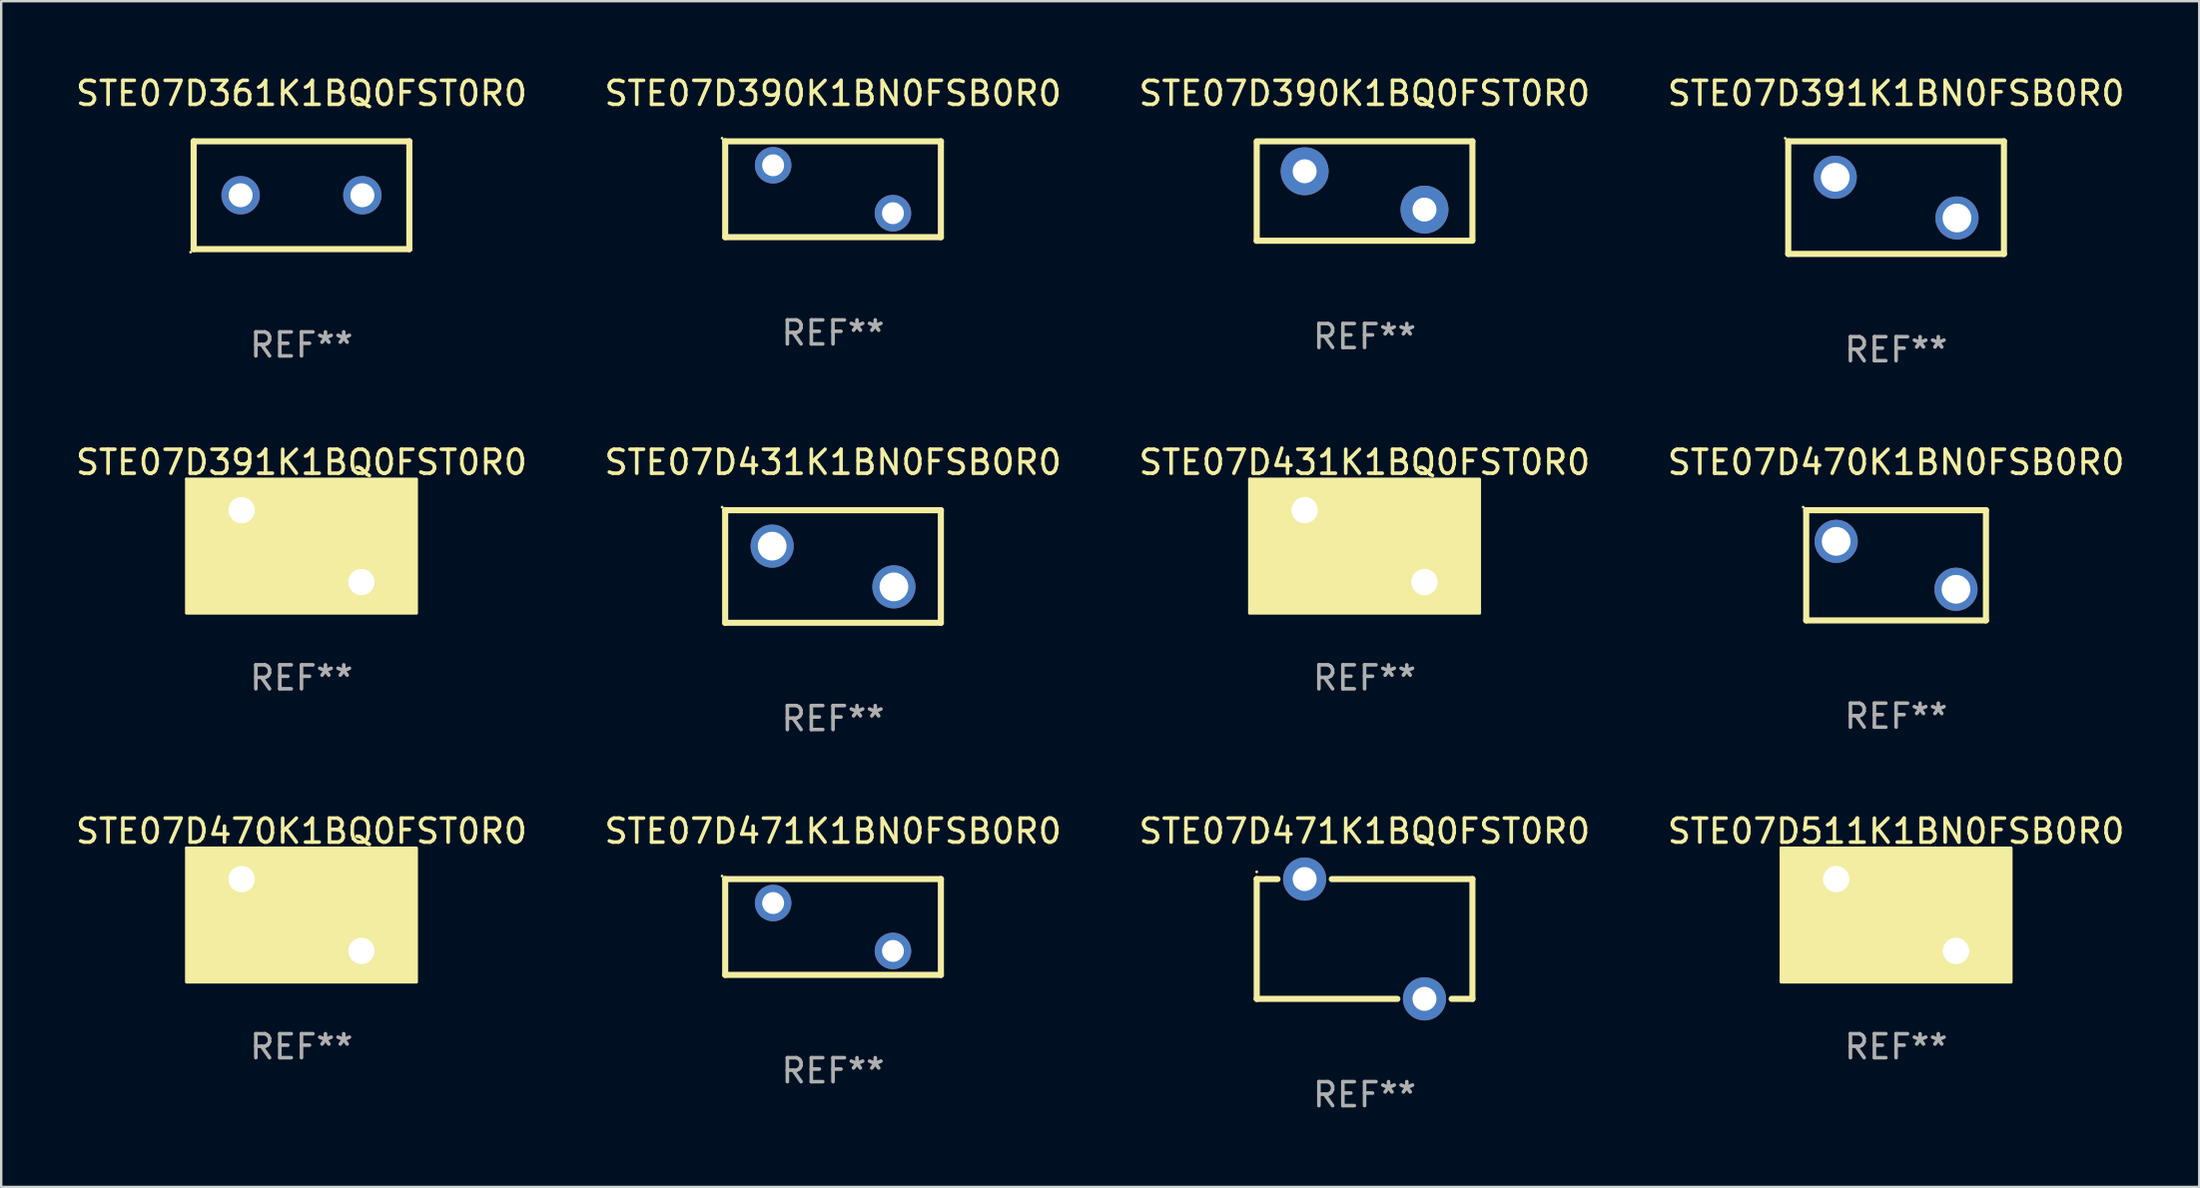
<source format=kicad_pcb>
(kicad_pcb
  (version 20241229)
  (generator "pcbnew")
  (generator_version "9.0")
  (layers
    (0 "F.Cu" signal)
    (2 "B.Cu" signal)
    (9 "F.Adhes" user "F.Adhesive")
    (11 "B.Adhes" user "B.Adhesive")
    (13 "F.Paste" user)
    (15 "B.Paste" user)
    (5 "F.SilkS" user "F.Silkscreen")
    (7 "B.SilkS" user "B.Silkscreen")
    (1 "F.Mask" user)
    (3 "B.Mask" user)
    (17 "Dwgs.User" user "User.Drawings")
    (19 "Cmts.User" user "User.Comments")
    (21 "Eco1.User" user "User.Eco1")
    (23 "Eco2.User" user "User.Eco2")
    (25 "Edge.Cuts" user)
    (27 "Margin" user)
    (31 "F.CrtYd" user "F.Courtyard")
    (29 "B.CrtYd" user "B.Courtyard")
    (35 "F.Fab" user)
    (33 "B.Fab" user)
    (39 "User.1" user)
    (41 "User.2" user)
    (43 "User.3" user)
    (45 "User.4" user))
  (footprint "STE07D471K1BN0FSB0R0"
    (layer "F.Cu")
    (at 31.708 35.641)
    (property "Reference" "STE07D471K1BN0FSB0R0" (at 0 -4 0) (layer "F.SilkS") (effects (font (size 1 1) (thickness 0.15))))
    (attr through_hole)
    (fp_line (start -4.499 -2) (end 4.501 -2) (stroke (width 0.254) (type solid)) (layer "F.SilkS"))
    (fp_line (start -4.499 1.998) (end -4.499 -2) (stroke (width 0.254) (type solid)) (layer "F.SilkS"))
    (fp_line (start 4.501 -2) (end 4.501 2) (stroke (width 0.254) (type solid)) (layer "F.SilkS"))
    (fp_line (start 4.501 2) (end -4.501 2) (stroke (width 0.254) (type solid)) (layer "F.SilkS"))
    (fp_circle (center -4.628 -2.127) (end -4.598 -2.127) (stroke (width 0.06) (type solid)) (fill no) (layer "F.SilkS"))
    (fp_text user "REF**" (at 0 6 0) (layer "F.Fab") (effects (font (size 1 1) (thickness 0.15))))
    (pad "1" thru_hole circle (at -2.499 -1) (size 1.524 1.524) (drill 0.914) (layers "*.Cu" "*.Mask"))
    (pad "2" thru_hole circle (at 2.5 1) (size 1.524 1.524) (drill 0.914) (layers "*.Cu" "*.Mask")))
  (footprint "STE07D470K1BN0FSB0R0"
    (layer "F.Cu")
    (at 76.065 20.545)
    (property "Reference" "STE07D470K1BN0FSB0R0" (at 0 -4.3 0) (layer "F.SilkS") (effects (font (size 1 1) (thickness 0.15))))
    (attr through_hole)
    (fp_line (start -3.75 -2.3) (end 3.75 -2.3) (stroke (width 0.254) (type solid)) (layer "F.SilkS"))
    (fp_line (start -3.75 2.3) (end -3.75 -2.3) (stroke (width 0.254) (type solid)) (layer "F.SilkS"))
    (fp_line (start 3.75 -2.3) (end 3.75 2.3) (stroke (width 0.254) (type solid)) (layer "F.SilkS"))
    (fp_line (start 3.75 2.3) (end -3.75 2.3) (stroke (width 0.254) (type solid)) (layer "F.SilkS"))
    (fp_circle (center -3.877 -2.427) (end -3.847 -2.427) (stroke (width 0.06) (type solid)) (fill no) (layer "F.SilkS"))
    (fp_text user "REF**" (at 0 6.3 0) (layer "F.Fab") (effects (font (size 1 1) (thickness 0.15))))
    (pad "1" thru_hole circle (at -2.5 -1) (size 1.8 1.8) (drill 1.2) (layers "*.Cu" "*.Mask"))
    (pad "2" thru_hole circle (at 2.5 1) (size 1.8 1.8) (drill 1.2) (layers "*.Cu" "*.Mask")))
  (footprint "STE07D431K1BN0FSB0R0"
    (layer "F.Cu")
    (at 31.708 20.595)
    (property "Reference" "STE07D431K1BN0FSB0R0" (at 0 -4.35 0) (layer "F.SilkS") (effects (font (size 1 1) (thickness 0.15))))
    (attr through_hole)
    (fp_line (start -4.5 -2.35) (end 4.5 -2.35) (stroke (width 0.254) (type solid)) (layer "F.SilkS"))
    (fp_line (start -4.5 2.35) (end -4.5 -2.35) (stroke (width 0.254) (type solid)) (layer "F.SilkS"))
    (fp_line (start 4.5 -2.35) (end 4.5 2.35) (stroke (width 0.254) (type solid)) (layer "F.SilkS"))
    (fp_line (start 4.5 2.35) (end -4.5 2.35) (stroke (width 0.254) (type solid)) (layer "F.SilkS"))
    (fp_circle (center -4.627 -2.477) (end -4.597 -2.477) (stroke (width 0.06) (type solid)) (fill no) (layer "F.SilkS"))
    (fp_text user "REF**" (at 0 6.35 0) (layer "F.Fab") (effects (font (size 1 1) (thickness 0.15))))
    (pad "1" thru_hole circle (at -2.54 -0.85) (size 1.8 1.8) (drill 1.2) (layers "*.Cu" "*.Mask"))
    (pad "2" thru_hole circle (at 2.54 0.85) (size 1.8 1.8) (drill 1.2) (layers "*.Cu" "*.Mask")))
  (footprint "STE07D390K1BQ0FST0R0"
    (layer "F.Cu")
    (at 53.887 4.923)
    (property "Reference" "STE07D390K1BQ0FST0R0" (at 0 -4.075 0) (layer "F.SilkS") (effects (font (size 1 1) (thickness 0.15))))
    (attr through_hole)
    (fp_line (start -4.5 -2.075) (end 4.5 -2.075) (stroke (width 0.254) (type solid)) (layer "F.SilkS"))
    (fp_line (start -4.5 2.075) (end -4.5 -2.025) (stroke (width 0.254) (type solid)) (layer "F.SilkS"))
    (fp_line (start 4.5 -2.075) (end 4.5 2.025) (stroke (width 0.254) (type solid)) (layer "F.SilkS"))
    (fp_line (start 4.5 2.075) (end -4.5 2.075) (stroke (width 0.254) (type solid)) (layer "F.SilkS"))
    (fp_circle (center -4.5 -2.075) (end -4.47 -2.075) (stroke (width 0.06) (type solid)) (fill no) (layer "F.SilkS"))
    (fp_text user "REF**" (at 0 6.075 0) (layer "F.Fab") (effects (font (size 1 1) (thickness 0.15))))
    (pad "1" thru_hole circle (at -2.5 -0.825) (size 2 2) (drill 1) (layers "*.Cu" "*.Mask"))
    (pad "2" thru_hole circle (at 2.5 0.775) (size 2 2) (drill 1) (layers "*.Cu" "*.Mask")))
  (footprint "STE07D431K1BQ0FST0R0"
    (layer "F.Cu")
    (at 53.887 19.745)
    (property "Reference" "STE07D431K1BQ0FST0R0" (at 0 -3.5 0) (layer "F.SilkS") (effects (font (size 1 1) (thickness 0.15))))
    (attr through_hole)
    (fp_circle (center -4.8 -2.8) (end -4.77 -2.8) (stroke (width 0.06) (type solid)) (fill no) (layer "F.SilkS"))
    (fp_poly (pts (xy -4.8 -2.8) (xy 4.8 -2.8) (xy 4.8 2.8) (xy -4.8 2.8)) (stroke (width 0.12) (type solid)) (fill yes) (layer "F.SilkS"))
    (fp_text user "REF**" (at 0 5.5 0) (layer "F.Fab") (effects (font (size 1 1) (thickness 0.15))))
    (pad "1" thru_hole circle (at -2.5 -1.5) (size 1.8 1.8) (drill 1.1) (layers "*.Cu" "*.Mask"))
    (pad "2" thru_hole circle (at 2.5 1.5) (size 1.8 1.8) (drill 1.1) (layers "*.Cu" "*.Mask")))
  (footprint "STE07D361K1BQ0FST0R0"
    (layer "F.Cu")
    (at 9.53 5.098)
    (property "Reference" "STE07D361K1BQ0FST0R0" (at 0 -4.25 0) (layer "F.SilkS") (effects (font (size 1 1) (thickness 0.15))))
    (attr through_hole)
    (fp_line (start -4.5 -2.25) (end 4.5 -2.25) (stroke (width 0.254) (type solid)) (layer "F.SilkS"))
    (fp_line (start -4.5 2.25) (end -4.5 -2.25) (stroke (width 0.254) (type solid)) (layer "F.SilkS"))
    (fp_line (start 4.5 -2.25) (end 4.5 2.25) (stroke (width 0.254) (type solid)) (layer "F.SilkS"))
    (fp_line (start 4.5 2.25) (end -4.5 2.25) (stroke (width 0.254) (type solid)) (layer "F.SilkS"))
    (fp_circle (center -4.627 2.377) (end -4.597 2.377) (stroke (width 0.06) (type solid)) (fill no) (layer "F.SilkS"))
    (fp_text user "REF**" (at 0 6.25 0) (layer "F.Fab") (effects (font (size 1 1) (thickness 0.15))))
    (pad "1" thru_hole circle (at -2.54 0) (size 1.6 1.6) (drill 1) (layers "*.Cu" "*.Mask"))
    (pad "2" thru_hole circle (at 2.54 0) (size 1.6 1.6) (drill 1) (layers "*.Cu" "*.Mask")))
  (footprint "STE07D391K1BN0FSB0R0"
    (layer "F.Cu")
    (at 76.065 5.198)
    (property "Reference" "STE07D391K1BN0FSB0R0" (at 0 -4.35 0) (layer "F.SilkS") (effects (font (size 1 1) (thickness 0.15))))
    (attr through_hole)
    (fp_line (start -4.5 -2.35) (end 4.5 -2.35) (stroke (width 0.254) (type solid)) (layer "F.SilkS"))
    (fp_line (start -4.5 2.35) (end -4.5 -2.35) (stroke (width 0.254) (type solid)) (layer "F.SilkS"))
    (fp_line (start 4.5 -2.35) (end 4.5 2.35) (stroke (width 0.254) (type solid)) (layer "F.SilkS"))
    (fp_line (start 4.5 2.35) (end -4.5 2.35) (stroke (width 0.254) (type solid)) (layer "F.SilkS"))
    (fp_circle (center -4.627 -2.477) (end -4.597 -2.477) (stroke (width 0.06) (type solid)) (fill no) (layer "F.SilkS"))
    (fp_text user "REF**" (at 0 6.35 0) (layer "F.Fab") (effects (font (size 1 1) (thickness 0.15))))
    (pad "1" thru_hole circle (at -2.54 -0.85) (size 1.8 1.8) (drill 1.2) (layers "*.Cu" "*.Mask"))
    (pad "2" thru_hole circle (at 2.54 0.85) (size 1.8 1.8) (drill 1.2) (layers "*.Cu" "*.Mask")))
  (footprint "STE07D471K1BQ0FST0R0"
    (layer "F.Cu")
    (at 53.887 36.141)
    (property "Reference" "STE07D471K1BQ0FST0R0" (at 0 -4.5 0) (layer "F.SilkS") (effects (font (size 1 1) (thickness 0.15))))
    (attr through_hole)
    (fp_line (start -4.5 -2.5) (end -3.631 -2.5) (stroke (width 0.254) (type solid)) (layer "F.SilkS"))
    (fp_line (start -4.5 2.5) (end -4.5 -2.5) (stroke (width 0.254) (type solid)) (layer "F.SilkS"))
    (fp_line (start -1.369 -2.5) (end 4.5 -2.5) (stroke (width 0.254) (type solid)) (layer "F.SilkS"))
    (fp_line (start 1.369 2.5) (end -4.5 2.5) (stroke (width 0.254) (type solid)) (layer "F.SilkS"))
    (fp_line (start 4.5 -2.5) (end 4.5 2.5) (stroke (width 0.254) (type solid)) (layer "F.SilkS"))
    (fp_line (start 4.5 2.5) (end 3.631 2.5) (stroke (width 0.254) (type solid)) (layer "F.SilkS"))
    (fp_circle (center -4.5 -2.8) (end -4.47 -2.8) (stroke (width 0.06) (type solid)) (fill no) (layer "F.SilkS"))
    (fp_text user "REF**" (at 0 6.5 0) (layer "F.Fab") (effects (font (size 1 1) (thickness 0.15))))
    (pad "1" thru_hole circle (at -2.5 -2.5) (size 1.8 1.8) (drill 1) (layers "*.Cu" "*.Mask"))
    (pad "2" thru_hole circle (at 2.5 2.5) (size 1.8 1.8) (drill 1) (layers "*.Cu" "*.Mask")))
  (footprint "STE07D511K1BN0FSB0R0"
    (layer "F.Cu")
    (at 76.065 35.141)
    (property "Reference" "STE07D511K1BN0FSB0R0" (at 0 -3.5 0) (layer "F.SilkS") (effects (font (size 1 1) (thickness 0.15))))
    (attr through_hole)
    (fp_circle (center -4.8 -2.8) (end -4.77 -2.8) (stroke (width 0.06) (type solid)) (fill no) (layer "F.SilkS"))
    (fp_poly (pts (xy -4.8 -2.8) (xy 4.8 -2.8) (xy 4.8 2.8) (xy -4.8 2.8)) (stroke (width 0.12) (type solid)) (fill yes) (layer "F.SilkS"))
    (fp_text user "REF**" (at 0 5.5 0) (layer "F.Fab") (effects (font (size 1 1) (thickness 0.15))))
    (pad "1" thru_hole circle (at -2.5 -1.5) (size 1.8 1.8) (drill 1.1) (layers "*.Cu" "*.Mask"))
    (pad "2" thru_hole circle (at 2.5 1.5) (size 1.8 1.8) (drill 1.1) (layers "*.Cu" "*.Mask")))
  (footprint "STE07D391K1BQ0FST0R0"
    (layer "F.Cu")
    (at 9.53 19.745)
    (property "Reference" "STE07D391K1BQ0FST0R0" (at 0 -3.5 0) (layer "F.SilkS") (effects (font (size 1 1) (thickness 0.15))))
    (attr through_hole)
    (fp_circle (center -4.8 -2.8) (end -4.77 -2.8) (stroke (width 0.06) (type solid)) (fill no) (layer "F.SilkS"))
    (fp_poly (pts (xy -4.8 -2.8) (xy 4.8 -2.8) (xy 4.8 2.8) (xy -4.8 2.8)) (stroke (width 0.12) (type solid)) (fill yes) (layer "F.SilkS"))
    (fp_text user "REF**" (at 0 5.5 0) (layer "F.Fab") (effects (font (size 1 1) (thickness 0.15))))
    (pad "1" thru_hole circle (at -2.5 -1.5) (size 1.8 1.8) (drill 1.1) (layers "*.Cu" "*.Mask"))
    (pad "2" thru_hole circle (at 2.5 1.5) (size 1.8 1.8) (drill 1.1) (layers "*.Cu" "*.Mask")))
  (footprint "STE07D470K1BQ0FST0R0"
    (layer "F.Cu")
    (at 9.53 35.141)
    (property "Reference" "STE07D470K1BQ0FST0R0" (at 0 -3.5 0) (layer "F.SilkS") (effects (font (size 1 1) (thickness 0.15))))
    (attr through_hole)
    (fp_circle (center -4.8 -2.8) (end -4.77 -2.8) (stroke (width 0.06) (type solid)) (fill no) (layer "F.SilkS"))
    (fp_poly (pts (xy -4.8 -2.8) (xy 4.8 -2.8) (xy 4.8 2.8) (xy -4.8 2.8)) (stroke (width 0.12) (type solid)) (fill yes) (layer "F.SilkS"))
    (fp_text user "REF**" (at 0 5.5 0) (layer "F.Fab") (effects (font (size 1 1) (thickness 0.15))))
    (pad "1" thru_hole circle (at -2.5 -1.5) (size 1.8 1.8) (drill 1.1) (layers "*.Cu" "*.Mask"))
    (pad "2" thru_hole circle (at 2.5 1.5) (size 1.8 1.8) (drill 1.1) (layers "*.Cu" "*.Mask")))
  (footprint "STE07D390K1BN0FSB0R0"
    (layer "F.Cu")
    (at 31.708 4.848)
    (property "Reference" "STE07D390K1BN0FSB0R0" (at 0 -4 0) (layer "F.SilkS") (effects (font (size 1 1) (thickness 0.15))))
    (attr through_hole)
    (fp_line (start -4.499 -2) (end 4.501 -2) (stroke (width 0.254) (type solid)) (layer "F.SilkS"))
    (fp_line (start -4.499 1.998) (end -4.499 -2) (stroke (width 0.254) (type solid)) (layer "F.SilkS"))
    (fp_line (start 4.501 -2) (end 4.501 2) (stroke (width 0.254) (type solid)) (layer "F.SilkS"))
    (fp_line (start 4.501 2) (end -4.501 2) (stroke (width 0.254) (type solid)) (layer "F.SilkS"))
    (fp_circle (center -4.628 -2.127) (end -4.598 -2.127) (stroke (width 0.06) (type solid)) (fill no) (layer "F.SilkS"))
    (fp_text user "REF**" (at 0 6 0) (layer "F.Fab") (effects (font (size 1 1) (thickness 0.15))))
    (pad "1" thru_hole circle (at -2.499 -1) (size 1.524 1.524) (drill 0.914) (layers "*.Cu" "*.Mask"))
    (pad "2" thru_hole circle (at 2.5 1) (size 1.524 1.524) (drill 0.914) (layers "*.Cu" "*.Mask")))
  (gr_rect
    (start -3 -3)
    (end 88.714 46.49)
    (stroke (width 0.1) (type default))
    (fill no)
    (layer "Edge.Cuts")))
</source>
